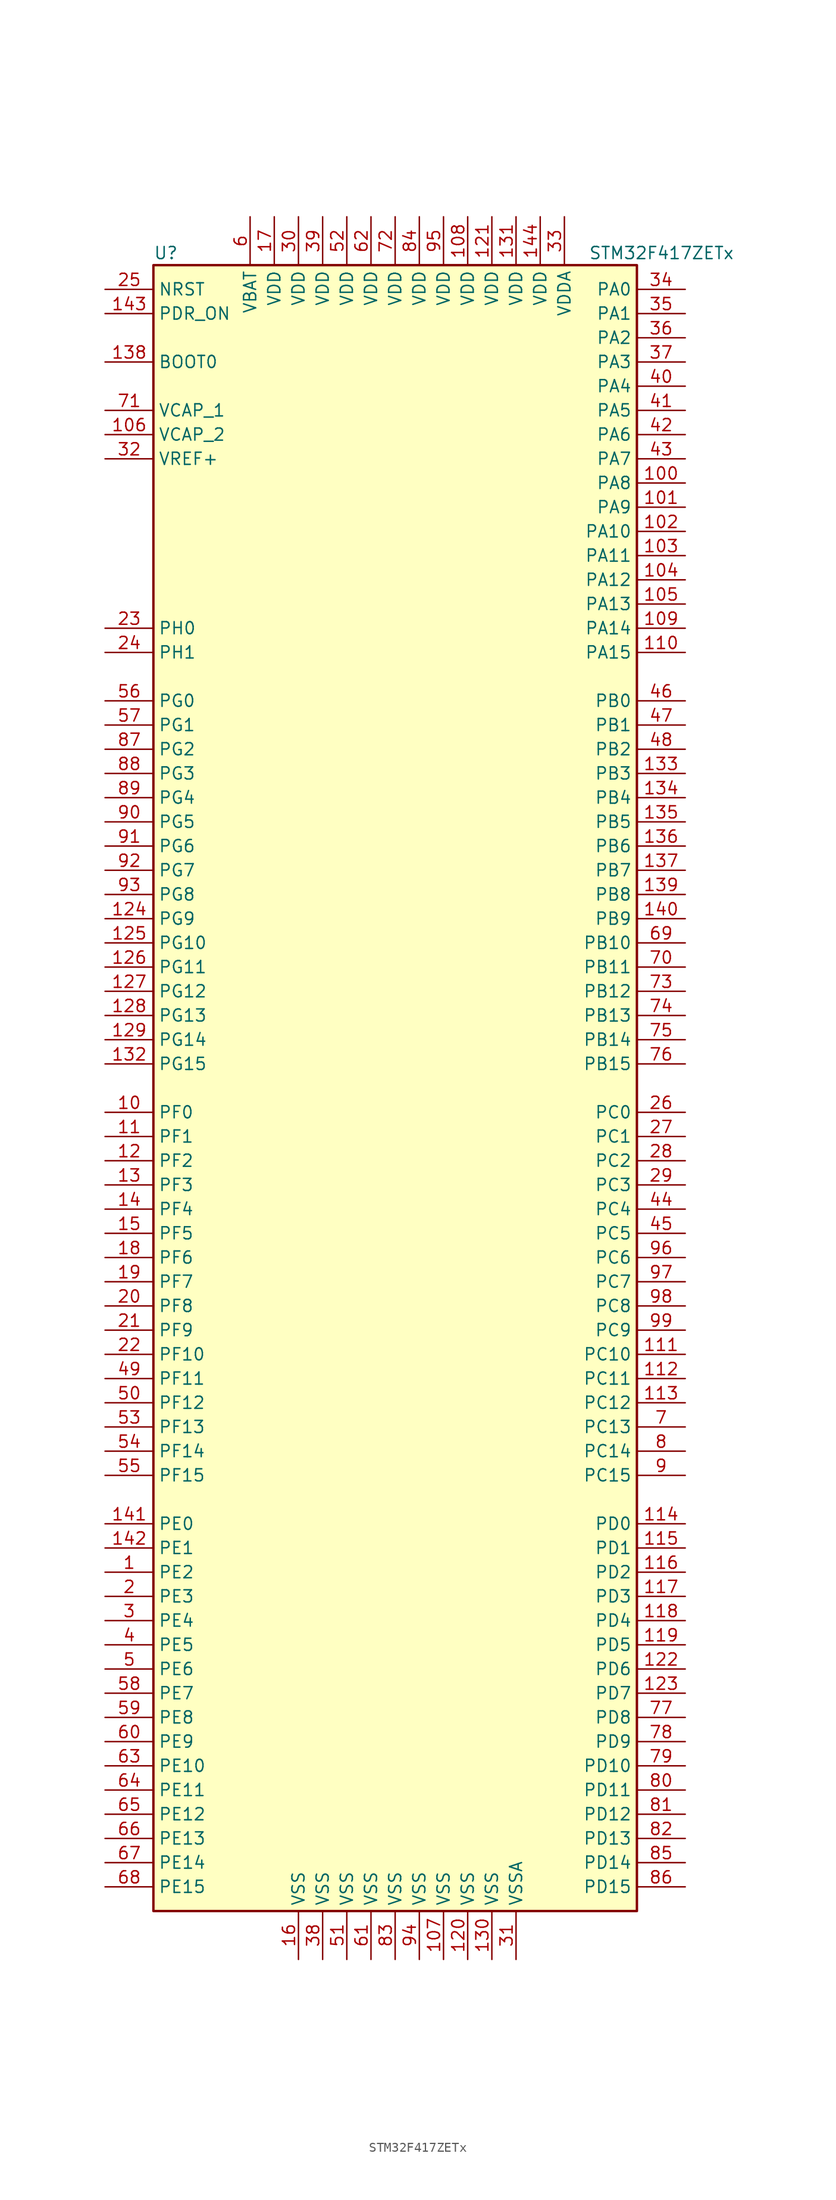
<source format=kicad_sym>
(kicad_symbol_lib
  (version 20220914)
  (generator kicad_symbol_editor)
  (symbol "STM32F417ZETx"
    (property "Reference" "U"
      (at -25.4 87.63 0)
      (effects (font (size 1.27 1.27)) (justify left)))
    (property "Value" "STM32F417ZETx"
      (at 20.32 87.63 0)
      (effects (font (size 1.27 1.27)) (justify left)))
    (symbol "STM32F417ZETx_0_1"
      (rectangle (start -25.4 -86.36) (end 25.4 86.36) (stroke (width 0.254) (type default)) (fill (type background))))
    (symbol "STM32F417ZETx_1_1"
      (pin bidirectional line (at -30.48 -50.8 0) (length 5.08) (name "PE2" (effects (font (size 1.27 1.27)))) (number "1" (effects (font (size 1.27 1.27)))))
      (pin bidirectional line (at -30.48 -2.54 0) (length 5.08) (name "PF0" (effects (font (size 1.27 1.27)))) (number "10" (effects (font (size 1.27 1.27)))))
      (pin bidirectional line (at 30.48 63.5 180) (length 5.08) (name "PA8" (effects (font (size 1.27 1.27)))) (number "100" (effects (font (size 1.27 1.27)))))
      (pin bidirectional line (at 30.48 60.96 180) (length 5.08) (name "PA9" (effects (font (size 1.27 1.27)))) (number "101" (effects (font (size 1.27 1.27)))))
      (pin bidirectional line (at 30.48 58.42 180) (length 5.08) (name "PA10" (effects (font (size 1.27 1.27)))) (number "102" (effects (font (size 1.27 1.27)))))
      (pin bidirectional line (at 30.48 55.88 180) (length 5.08) (name "PA11" (effects (font (size 1.27 1.27)))) (number "103" (effects (font (size 1.27 1.27)))))
      (pin bidirectional line (at 30.48 53.34 180) (length 5.08) (name "PA12" (effects (font (size 1.27 1.27)))) (number "104" (effects (font (size 1.27 1.27)))))
      (pin bidirectional line (at 30.48 50.8 180) (length 5.08) (name "PA13" (effects (font (size 1.27 1.27)))) (number "105" (effects (font (size 1.27 1.27)))))
      (pin power_in line (at -30.48 68.58 0) (length 5.08) (name "VCAP_2" (effects (font (size 1.27 1.27)))) (number "106" (effects (font (size 1.27 1.27)))))
      (pin power_in line (at 5.08 -91.44 90) (length 5.08) (name "VSS" (effects (font (size 1.27 1.27)))) (number "107" (effects (font (size 1.27 1.27)))))
      (pin power_in line (at 7.62 91.44 270) (length 5.08) (name "VDD" (effects (font (size 1.27 1.27)))) (number "108" (effects (font (size 1.27 1.27)))))
      (pin bidirectional line (at 30.48 48.26 180) (length 5.08) (name "PA14" (effects (font (size 1.27 1.27)))) (number "109" (effects (font (size 1.27 1.27)))))
      (pin bidirectional line (at -30.48 -5.08 0) (length 5.08) (name "PF1" (effects (font (size 1.27 1.27)))) (number "11" (effects (font (size 1.27 1.27)))))
      (pin bidirectional line (at 30.48 45.72 180) (length 5.08) (name "PA15" (effects (font (size 1.27 1.27)))) (number "110" (effects (font (size 1.27 1.27)))))
      (pin bidirectional line (at 30.48 -27.94 180) (length 5.08) (name "PC10" (effects (font (size 1.27 1.27)))) (number "111" (effects (font (size 1.27 1.27)))))
      (pin bidirectional line (at 30.48 -30.48 180) (length 5.08) (name "PC11" (effects (font (size 1.27 1.27)))) (number "112" (effects (font (size 1.27 1.27)))))
      (pin bidirectional line (at 30.48 -33.02 180) (length 5.08) (name "PC12" (effects (font (size 1.27 1.27)))) (number "113" (effects (font (size 1.27 1.27)))))
      (pin bidirectional line (at 30.48 -45.72 180) (length 5.08) (name "PD0" (effects (font (size 1.27 1.27)))) (number "114" (effects (font (size 1.27 1.27)))))
      (pin bidirectional line (at 30.48 -48.26 180) (length 5.08) (name "PD1" (effects (font (size 1.27 1.27)))) (number "115" (effects (font (size 1.27 1.27)))))
      (pin bidirectional line (at 30.48 -50.8 180) (length 5.08) (name "PD2" (effects (font (size 1.27 1.27)))) (number "116" (effects (font (size 1.27 1.27)))))
      (pin bidirectional line (at 30.48 -53.34 180) (length 5.08) (name "PD3" (effects (font (size 1.27 1.27)))) (number "117" (effects (font (size 1.27 1.27)))))
      (pin bidirectional line (at 30.48 -55.88 180) (length 5.08) (name "PD4" (effects (font (size 1.27 1.27)))) (number "118" (effects (font (size 1.27 1.27)))))
      (pin bidirectional line (at 30.48 -58.42 180) (length 5.08) (name "PD5" (effects (font (size 1.27 1.27)))) (number "119" (effects (font (size 1.27 1.27)))))
      (pin bidirectional line (at -30.48 -7.62 0) (length 5.08) (name "PF2" (effects (font (size 1.27 1.27)))) (number "12" (effects (font (size 1.27 1.27)))))
      (pin power_in line (at 7.62 -91.44 90) (length 5.08) (name "VSS" (effects (font (size 1.27 1.27)))) (number "120" (effects (font (size 1.27 1.27)))))
      (pin power_in line (at 10.16 91.44 270) (length 5.08) (name "VDD" (effects (font (size 1.27 1.27)))) (number "121" (effects (font (size 1.27 1.27)))))
      (pin bidirectional line (at 30.48 -60.96 180) (length 5.08) (name "PD6" (effects (font (size 1.27 1.27)))) (number "122" (effects (font (size 1.27 1.27)))))
      (pin bidirectional line (at 30.48 -63.5 180) (length 5.08) (name "PD7" (effects (font (size 1.27 1.27)))) (number "123" (effects (font (size 1.27 1.27)))))
      (pin bidirectional line (at -30.48 17.78 0) (length 5.08) (name "PG9" (effects (font (size 1.27 1.27)))) (number "124" (effects (font (size 1.27 1.27)))))
      (pin bidirectional line (at -30.48 15.24 0) (length 5.08) (name "PG10" (effects (font (size 1.27 1.27)))) (number "125" (effects (font (size 1.27 1.27)))))
      (pin bidirectional line (at -30.48 12.7 0) (length 5.08) (name "PG11" (effects (font (size 1.27 1.27)))) (number "126" (effects (font (size 1.27 1.27)))))
      (pin bidirectional line (at -30.48 10.16 0) (length 5.08) (name "PG12" (effects (font (size 1.27 1.27)))) (number "127" (effects (font (size 1.27 1.27)))))
      (pin bidirectional line (at -30.48 7.62 0) (length 5.08) (name "PG13" (effects (font (size 1.27 1.27)))) (number "128" (effects (font (size 1.27 1.27)))))
      (pin bidirectional line (at -30.48 5.08 0) (length 5.08) (name "PG14" (effects (font (size 1.27 1.27)))) (number "129" (effects (font (size 1.27 1.27)))))
      (pin bidirectional line (at -30.48 -10.16 0) (length 5.08) (name "PF3" (effects (font (size 1.27 1.27)))) (number "13" (effects (font (size 1.27 1.27)))))
      (pin power_in line (at 10.16 -91.44 90) (length 5.08) (name "VSS" (effects (font (size 1.27 1.27)))) (number "130" (effects (font (size 1.27 1.27)))))
      (pin power_in line (at 12.7 91.44 270) (length 5.08) (name "VDD" (effects (font (size 1.27 1.27)))) (number "131" (effects (font (size 1.27 1.27)))))
      (pin bidirectional line (at -30.48 2.54 0) (length 5.08) (name "PG15" (effects (font (size 1.27 1.27)))) (number "132" (effects (font (size 1.27 1.27)))))
      (pin bidirectional line (at 30.48 33.02 180) (length 5.08) (name "PB3" (effects (font (size 1.27 1.27)))) (number "133" (effects (font (size 1.27 1.27)))))
      (pin bidirectional line (at 30.48 30.48 180) (length 5.08) (name "PB4" (effects (font (size 1.27 1.27)))) (number "134" (effects (font (size 1.27 1.27)))))
      (pin bidirectional line (at 30.48 27.94 180) (length 5.08) (name "PB5" (effects (font (size 1.27 1.27)))) (number "135" (effects (font (size 1.27 1.27)))))
      (pin bidirectional line (at 30.48 25.4 180) (length 5.08) (name "PB6" (effects (font (size 1.27 1.27)))) (number "136" (effects (font (size 1.27 1.27)))))
      (pin bidirectional line (at 30.48 22.86 180) (length 5.08) (name "PB7" (effects (font (size 1.27 1.27)))) (number "137" (effects (font (size 1.27 1.27)))))
      (pin input line (at -30.48 76.2 0) (length 5.08) (name "BOOT0" (effects (font (size 1.27 1.27)))) (number "138" (effects (font (size 1.27 1.27)))))
      (pin bidirectional line (at 30.48 20.32 180) (length 5.08) (name "PB8" (effects (font (size 1.27 1.27)))) (number "139" (effects (font (size 1.27 1.27)))))
      (pin bidirectional line (at -30.48 -12.7 0) (length 5.08) (name "PF4" (effects (font (size 1.27 1.27)))) (number "14" (effects (font (size 1.27 1.27)))))
      (pin bidirectional line (at 30.48 17.78 180) (length 5.08) (name "PB9" (effects (font (size 1.27 1.27)))) (number "140" (effects (font (size 1.27 1.27)))))
      (pin bidirectional line (at -30.48 -45.72 0) (length 5.08) (name "PE0" (effects (font (size 1.27 1.27)))) (number "141" (effects (font (size 1.27 1.27)))))
      (pin bidirectional line (at -30.48 -48.26 0) (length 5.08) (name "PE1" (effects (font (size 1.27 1.27)))) (number "142" (effects (font (size 1.27 1.27)))))
      (pin input line (at -30.48 81.28 0) (length 5.08) (name "PDR_ON" (effects (font (size 1.27 1.27)))) (number "143" (effects (font (size 1.27 1.27)))))
      (pin power_in line (at 15.24 91.44 270) (length 5.08) (name "VDD" (effects (font (size 1.27 1.27)))) (number "144" (effects (font (size 1.27 1.27)))))
      (pin bidirectional line (at -30.48 -15.24 0) (length 5.08) (name "PF5" (effects (font (size 1.27 1.27)))) (number "15" (effects (font (size 1.27 1.27)))))
      (pin power_in line (at -10.16 -91.44 90) (length 5.08) (name "VSS" (effects (font (size 1.27 1.27)))) (number "16" (effects (font (size 1.27 1.27)))))
      (pin power_in line (at -12.7 91.44 270) (length 5.08) (name "VDD" (effects (font (size 1.27 1.27)))) (number "17" (effects (font (size 1.27 1.27)))))
      (pin bidirectional line (at -30.48 -17.78 0) (length 5.08) (name "PF6" (effects (font (size 1.27 1.27)))) (number "18" (effects (font (size 1.27 1.27)))))
      (pin bidirectional line (at -30.48 -20.32 0) (length 5.08) (name "PF7" (effects (font (size 1.27 1.27)))) (number "19" (effects (font (size 1.27 1.27)))))
      (pin bidirectional line (at -30.48 -53.34 0) (length 5.08) (name "PE3" (effects (font (size 1.27 1.27)))) (number "2" (effects (font (size 1.27 1.27)))))
      (pin bidirectional line (at -30.48 -22.86 0) (length 5.08) (name "PF8" (effects (font (size 1.27 1.27)))) (number "20" (effects (font (size 1.27 1.27)))))
      (pin bidirectional line (at -30.48 -25.4 0) (length 5.08) (name "PF9" (effects (font (size 1.27 1.27)))) (number "21" (effects (font (size 1.27 1.27)))))
      (pin bidirectional line (at -30.48 -27.94 0) (length 5.08) (name "PF10" (effects (font (size 1.27 1.27)))) (number "22" (effects (font (size 1.27 1.27)))))
      (pin input line (at -30.48 48.26 0) (length 5.08) (name "PH0" (effects (font (size 1.27 1.27)))) (number "23" (effects (font (size 1.27 1.27)))))
      (pin input line (at -30.48 45.72 0) (length 5.08) (name "PH1" (effects (font (size 1.27 1.27)))) (number "24" (effects (font (size 1.27 1.27)))))
      (pin input line (at -30.48 83.82 0) (length 5.08) (name "NRST" (effects (font (size 1.27 1.27)))) (number "25" (effects (font (size 1.27 1.27)))))
      (pin bidirectional line (at 30.48 -2.54 180) (length 5.08) (name "PC0" (effects (font (size 1.27 1.27)))) (number "26" (effects (font (size 1.27 1.27)))))
      (pin bidirectional line (at 30.48 -5.08 180) (length 5.08) (name "PC1" (effects (font (size 1.27 1.27)))) (number "27" (effects (font (size 1.27 1.27)))))
      (pin bidirectional line (at 30.48 -7.62 180) (length 5.08) (name "PC2" (effects (font (size 1.27 1.27)))) (number "28" (effects (font (size 1.27 1.27)))))
      (pin bidirectional line (at 30.48 -10.16 180) (length 5.08) (name "PC3" (effects (font (size 1.27 1.27)))) (number "29" (effects (font (size 1.27 1.27)))))
      (pin bidirectional line (at -30.48 -55.88 0) (length 5.08) (name "PE4" (effects (font (size 1.27 1.27)))) (number "3" (effects (font (size 1.27 1.27)))))
      (pin power_in line (at -10.16 91.44 270) (length 5.08) (name "VDD" (effects (font (size 1.27 1.27)))) (number "30" (effects (font (size 1.27 1.27)))))
      (pin power_in line (at 12.7 -91.44 90) (length 5.08) (name "VSSA" (effects (font (size 1.27 1.27)))) (number "31" (effects (font (size 1.27 1.27)))))
      (pin power_in line (at -30.48 66.04 0) (length 5.08) (name "VREF+" (effects (font (size 1.27 1.27)))) (number "32" (effects (font (size 1.27 1.27)))))
      (pin power_in line (at 17.78 91.44 270) (length 5.08) (name "VDDA" (effects (font (size 1.27 1.27)))) (number "33" (effects (font (size 1.27 1.27)))))
      (pin bidirectional line (at 30.48 83.82 180) (length 5.08) (name "PA0" (effects (font (size 1.27 1.27)))) (number "34" (effects (font (size 1.27 1.27)))))
      (pin bidirectional line (at 30.48 81.28 180) (length 5.08) (name "PA1" (effects (font (size 1.27 1.27)))) (number "35" (effects (font (size 1.27 1.27)))))
      (pin bidirectional line (at 30.48 78.74 180) (length 5.08) (name "PA2" (effects (font (size 1.27 1.27)))) (number "36" (effects (font (size 1.27 1.27)))))
      (pin bidirectional line (at 30.48 76.2 180) (length 5.08) (name "PA3" (effects (font (size 1.27 1.27)))) (number "37" (effects (font (size 1.27 1.27)))))
      (pin power_in line (at -7.62 -91.44 90) (length 5.08) (name "VSS" (effects (font (size 1.27 1.27)))) (number "38" (effects (font (size 1.27 1.27)))))
      (pin power_in line (at -7.62 91.44 270) (length 5.08) (name "VDD" (effects (font (size 1.27 1.27)))) (number "39" (effects (font (size 1.27 1.27)))))
      (pin bidirectional line (at -30.48 -58.42 0) (length 5.08) (name "PE5" (effects (font (size 1.27 1.27)))) (number "4" (effects (font (size 1.27 1.27)))))
      (pin bidirectional line (at 30.48 73.66 180) (length 5.08) (name "PA4" (effects (font (size 1.27 1.27)))) (number "40" (effects (font (size 1.27 1.27)))))
      (pin bidirectional line (at 30.48 71.12 180) (length 5.08) (name "PA5" (effects (font (size 1.27 1.27)))) (number "41" (effects (font (size 1.27 1.27)))))
      (pin bidirectional line (at 30.48 68.58 180) (length 5.08) (name "PA6" (effects (font (size 1.27 1.27)))) (number "42" (effects (font (size 1.27 1.27)))))
      (pin bidirectional line (at 30.48 66.04 180) (length 5.08) (name "PA7" (effects (font (size 1.27 1.27)))) (number "43" (effects (font (size 1.27 1.27)))))
      (pin bidirectional line (at 30.48 -12.7 180) (length 5.08) (name "PC4" (effects (font (size 1.27 1.27)))) (number "44" (effects (font (size 1.27 1.27)))))
      (pin bidirectional line (at 30.48 -15.24 180) (length 5.08) (name "PC5" (effects (font (size 1.27 1.27)))) (number "45" (effects (font (size 1.27 1.27)))))
      (pin bidirectional line (at 30.48 40.64 180) (length 5.08) (name "PB0" (effects (font (size 1.27 1.27)))) (number "46" (effects (font (size 1.27 1.27)))))
      (pin bidirectional line (at 30.48 38.1 180) (length 5.08) (name "PB1" (effects (font (size 1.27 1.27)))) (number "47" (effects (font (size 1.27 1.27)))))
      (pin bidirectional line (at 30.48 35.56 180) (length 5.08) (name "PB2" (effects (font (size 1.27 1.27)))) (number "48" (effects (font (size 1.27 1.27)))))
      (pin bidirectional line (at -30.48 -30.48 0) (length 5.08) (name "PF11" (effects (font (size 1.27 1.27)))) (number "49" (effects (font (size 1.27 1.27)))))
      (pin bidirectional line (at -30.48 -60.96 0) (length 5.08) (name "PE6" (effects (font (size 1.27 1.27)))) (number "5" (effects (font (size 1.27 1.27)))))
      (pin bidirectional line (at -30.48 -33.02 0) (length 5.08) (name "PF12" (effects (font (size 1.27 1.27)))) (number "50" (effects (font (size 1.27 1.27)))))
      (pin power_in line (at -5.08 -91.44 90) (length 5.08) (name "VSS" (effects (font (size 1.27 1.27)))) (number "51" (effects (font (size 1.27 1.27)))))
      (pin power_in line (at -5.08 91.44 270) (length 5.08) (name "VDD" (effects (font (size 1.27 1.27)))) (number "52" (effects (font (size 1.27 1.27)))))
      (pin bidirectional line (at -30.48 -35.56 0) (length 5.08) (name "PF13" (effects (font (size 1.27 1.27)))) (number "53" (effects (font (size 1.27 1.27)))))
      (pin bidirectional line (at -30.48 -38.1 0) (length 5.08) (name "PF14" (effects (font (size 1.27 1.27)))) (number "54" (effects (font (size 1.27 1.27)))))
      (pin bidirectional line (at -30.48 -40.64 0) (length 5.08) (name "PF15" (effects (font (size 1.27 1.27)))) (number "55" (effects (font (size 1.27 1.27)))))
      (pin bidirectional line (at -30.48 40.64 0) (length 5.08) (name "PG0" (effects (font (size 1.27 1.27)))) (number "56" (effects (font (size 1.27 1.27)))))
      (pin bidirectional line (at -30.48 38.1 0) (length 5.08) (name "PG1" (effects (font (size 1.27 1.27)))) (number "57" (effects (font (size 1.27 1.27)))))
      (pin bidirectional line (at -30.48 -63.5 0) (length 5.08) (name "PE7" (effects (font (size 1.27 1.27)))) (number "58" (effects (font (size 1.27 1.27)))))
      (pin bidirectional line (at -30.48 -66.04 0) (length 5.08) (name "PE8" (effects (font (size 1.27 1.27)))) (number "59" (effects (font (size 1.27 1.27)))))
      (pin power_in line (at -15.24 91.44 270) (length 5.08) (name "VBAT" (effects (font (size 1.27 1.27)))) (number "6" (effects (font (size 1.27 1.27)))))
      (pin bidirectional line (at -30.48 -68.58 0) (length 5.08) (name "PE9" (effects (font (size 1.27 1.27)))) (number "60" (effects (font (size 1.27 1.27)))))
      (pin power_in line (at -2.54 -91.44 90) (length 5.08) (name "VSS" (effects (font (size 1.27 1.27)))) (number "61" (effects (font (size 1.27 1.27)))))
      (pin power_in line (at -2.54 91.44 270) (length 5.08) (name "VDD" (effects (font (size 1.27 1.27)))) (number "62" (effects (font (size 1.27 1.27)))))
      (pin bidirectional line (at -30.48 -71.12 0) (length 5.08) (name "PE10" (effects (font (size 1.27 1.27)))) (number "63" (effects (font (size 1.27 1.27)))))
      (pin bidirectional line (at -30.48 -73.66 0) (length 5.08) (name "PE11" (effects (font (size 1.27 1.27)))) (number "64" (effects (font (size 1.27 1.27)))))
      (pin bidirectional line (at -30.48 -76.2 0) (length 5.08) (name "PE12" (effects (font (size 1.27 1.27)))) (number "65" (effects (font (size 1.27 1.27)))))
      (pin bidirectional line (at -30.48 -78.74 0) (length 5.08) (name "PE13" (effects (font (size 1.27 1.27)))) (number "66" (effects (font (size 1.27 1.27)))))
      (pin bidirectional line (at -30.48 -81.28 0) (length 5.08) (name "PE14" (effects (font (size 1.27 1.27)))) (number "67" (effects (font (size 1.27 1.27)))))
      (pin bidirectional line (at -30.48 -83.82 0) (length 5.08) (name "PE15" (effects (font (size 1.27 1.27)))) (number "68" (effects (font (size 1.27 1.27)))))
      (pin bidirectional line (at 30.48 15.24 180) (length 5.08) (name "PB10" (effects (font (size 1.27 1.27)))) (number "69" (effects (font (size 1.27 1.27)))))
      (pin bidirectional line (at 30.48 -35.56 180) (length 5.08) (name "PC13" (effects (font (size 1.27 1.27)))) (number "7" (effects (font (size 1.27 1.27)))))
      (pin bidirectional line (at 30.48 12.7 180) (length 5.08) (name "PB11" (effects (font (size 1.27 1.27)))) (number "70" (effects (font (size 1.27 1.27)))))
      (pin power_in line (at -30.48 71.12 0) (length 5.08) (name "VCAP_1" (effects (font (size 1.27 1.27)))) (number "71" (effects (font (size 1.27 1.27)))))
      (pin power_in line (at 0 91.44 270) (length 5.08) (name "VDD" (effects (font (size 1.27 1.27)))) (number "72" (effects (font (size 1.27 1.27)))))
      (pin bidirectional line (at 30.48 10.16 180) (length 5.08) (name "PB12" (effects (font (size 1.27 1.27)))) (number "73" (effects (font (size 1.27 1.27)))))
      (pin bidirectional line (at 30.48 7.62 180) (length 5.08) (name "PB13" (effects (font (size 1.27 1.27)))) (number "74" (effects (font (size 1.27 1.27)))))
      (pin bidirectional line (at 30.48 5.08 180) (length 5.08) (name "PB14" (effects (font (size 1.27 1.27)))) (number "75" (effects (font (size 1.27 1.27)))))
      (pin bidirectional line (at 30.48 2.54 180) (length 5.08) (name "PB15" (effects (font (size 1.27 1.27)))) (number "76" (effects (font (size 1.27 1.27)))))
      (pin bidirectional line (at 30.48 -66.04 180) (length 5.08) (name "PD8" (effects (font (size 1.27 1.27)))) (number "77" (effects (font (size 1.27 1.27)))))
      (pin bidirectional line (at 30.48 -68.58 180) (length 5.08) (name "PD9" (effects (font (size 1.27 1.27)))) (number "78" (effects (font (size 1.27 1.27)))))
      (pin bidirectional line (at 30.48 -71.12 180) (length 5.08) (name "PD10" (effects (font (size 1.27 1.27)))) (number "79" (effects (font (size 1.27 1.27)))))
      (pin bidirectional line (at 30.48 -38.1 180) (length 5.08) (name "PC14" (effects (font (size 1.27 1.27)))) (number "8" (effects (font (size 1.27 1.27)))))
      (pin bidirectional line (at 30.48 -73.66 180) (length 5.08) (name "PD11" (effects (font (size 1.27 1.27)))) (number "80" (effects (font (size 1.27 1.27)))))
      (pin bidirectional line (at 30.48 -76.2 180) (length 5.08) (name "PD12" (effects (font (size 1.27 1.27)))) (number "81" (effects (font (size 1.27 1.27)))))
      (pin bidirectional line (at 30.48 -78.74 180) (length 5.08) (name "PD13" (effects (font (size 1.27 1.27)))) (number "82" (effects (font (size 1.27 1.27)))))
      (pin power_in line (at 0 -91.44 90) (length 5.08) (name "VSS" (effects (font (size 1.27 1.27)))) (number "83" (effects (font (size 1.27 1.27)))))
      (pin power_in line (at 2.54 91.44 270) (length 5.08) (name "VDD" (effects (font (size 1.27 1.27)))) (number "84" (effects (font (size 1.27 1.27)))))
      (pin bidirectional line (at 30.48 -81.28 180) (length 5.08) (name "PD14" (effects (font (size 1.27 1.27)))) (number "85" (effects (font (size 1.27 1.27)))))
      (pin bidirectional line (at 30.48 -83.82 180) (length 5.08) (name "PD15" (effects (font (size 1.27 1.27)))) (number "86" (effects (font (size 1.27 1.27)))))
      (pin bidirectional line (at -30.48 35.56 0) (length 5.08) (name "PG2" (effects (font (size 1.27 1.27)))) (number "87" (effects (font (size 1.27 1.27)))))
      (pin bidirectional line (at -30.48 33.02 0) (length 5.08) (name "PG3" (effects (font (size 1.27 1.27)))) (number "88" (effects (font (size 1.27 1.27)))))
      (pin bidirectional line (at -30.48 30.48 0) (length 5.08) (name "PG4" (effects (font (size 1.27 1.27)))) (number "89" (effects (font (size 1.27 1.27)))))
      (pin bidirectional line (at 30.48 -40.64 180) (length 5.08) (name "PC15" (effects (font (size 1.27 1.27)))) (number "9" (effects (font (size 1.27 1.27)))))
      (pin bidirectional line (at -30.48 27.94 0) (length 5.08) (name "PG5" (effects (font (size 1.27 1.27)))) (number "90" (effects (font (size 1.27 1.27)))))
      (pin bidirectional line (at -30.48 25.4 0) (length 5.08) (name "PG6" (effects (font (size 1.27 1.27)))) (number "91" (effects (font (size 1.27 1.27)))))
      (pin bidirectional line (at -30.48 22.86 0) (length 5.08) (name "PG7" (effects (font (size 1.27 1.27)))) (number "92" (effects (font (size 1.27 1.27)))))
      (pin bidirectional line (at -30.48 20.32 0) (length 5.08) (name "PG8" (effects (font (size 1.27 1.27)))) (number "93" (effects (font (size 1.27 1.27)))))
      (pin power_in line (at 2.54 -91.44 90) (length 5.08) (name "VSS" (effects (font (size 1.27 1.27)))) (number "94" (effects (font (size 1.27 1.27)))))
      (pin power_in line (at 5.08 91.44 270) (length 5.08) (name "VDD" (effects (font (size 1.27 1.27)))) (number "95" (effects (font (size 1.27 1.27)))))
      (pin bidirectional line (at 30.48 -17.78 180) (length 5.08) (name "PC6" (effects (font (size 1.27 1.27)))) (number "96" (effects (font (size 1.27 1.27)))))
      (pin bidirectional line (at 30.48 -20.32 180) (length 5.08) (name "PC7" (effects (font (size 1.27 1.27)))) (number "97" (effects (font (size 1.27 1.27)))))
      (pin bidirectional line (at 30.48 -22.86 180) (length 5.08) (name "PC8" (effects (font (size 1.27 1.27)))) (number "98" (effects (font (size 1.27 1.27)))))
      (pin bidirectional line (at 30.48 -25.4 180) (length 5.08) (name "PC9" (effects (font (size 1.27 1.27)))) (number "99" (effects (font (size 1.27 1.27))))))))
</source>
